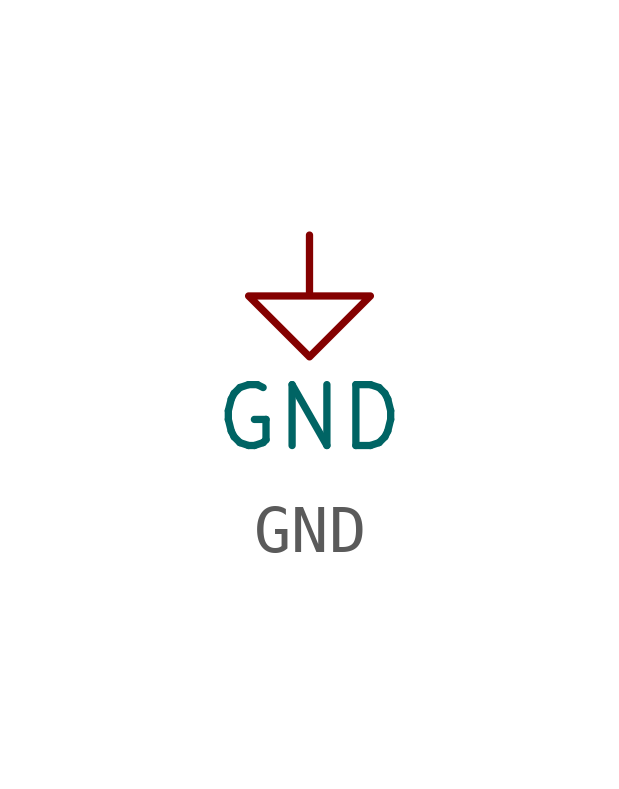
<source format=kicad_sym>
(kicad_symbol_lib
  (version 20231120)
  (generator "kicad_symbol_editor")
  (generator_version "8.0")
  (symbol "GND"
    (power)
    (pin_names
      (offset 0))
    (property "Reference" "#PWR"
      (at 0 -5.08 0)
      (effects (font (size 1.27 1.27)) (hide yes)))
    (property "Value" "GND"
      (at 0 -3.81 0)
      (effects (font (size 1.27 1.27))))
    (symbol "GND_1_1"
      (polyline (pts (xy 0 0) (xy 0 -1.27) (xy 1.27 -1.27) (xy 0 -2.54) (xy -1.27 -1.27) (xy 0 -1.27)) (stroke (width 0) (type default)) (fill (type none)))
      (pin power_in line (at 0 0 270) (length 0) hide (name "GND" (effects (font (size 1.27 1.27)))) (number "1" (effects (font (size 1.27 1.27))))))))
</source>
